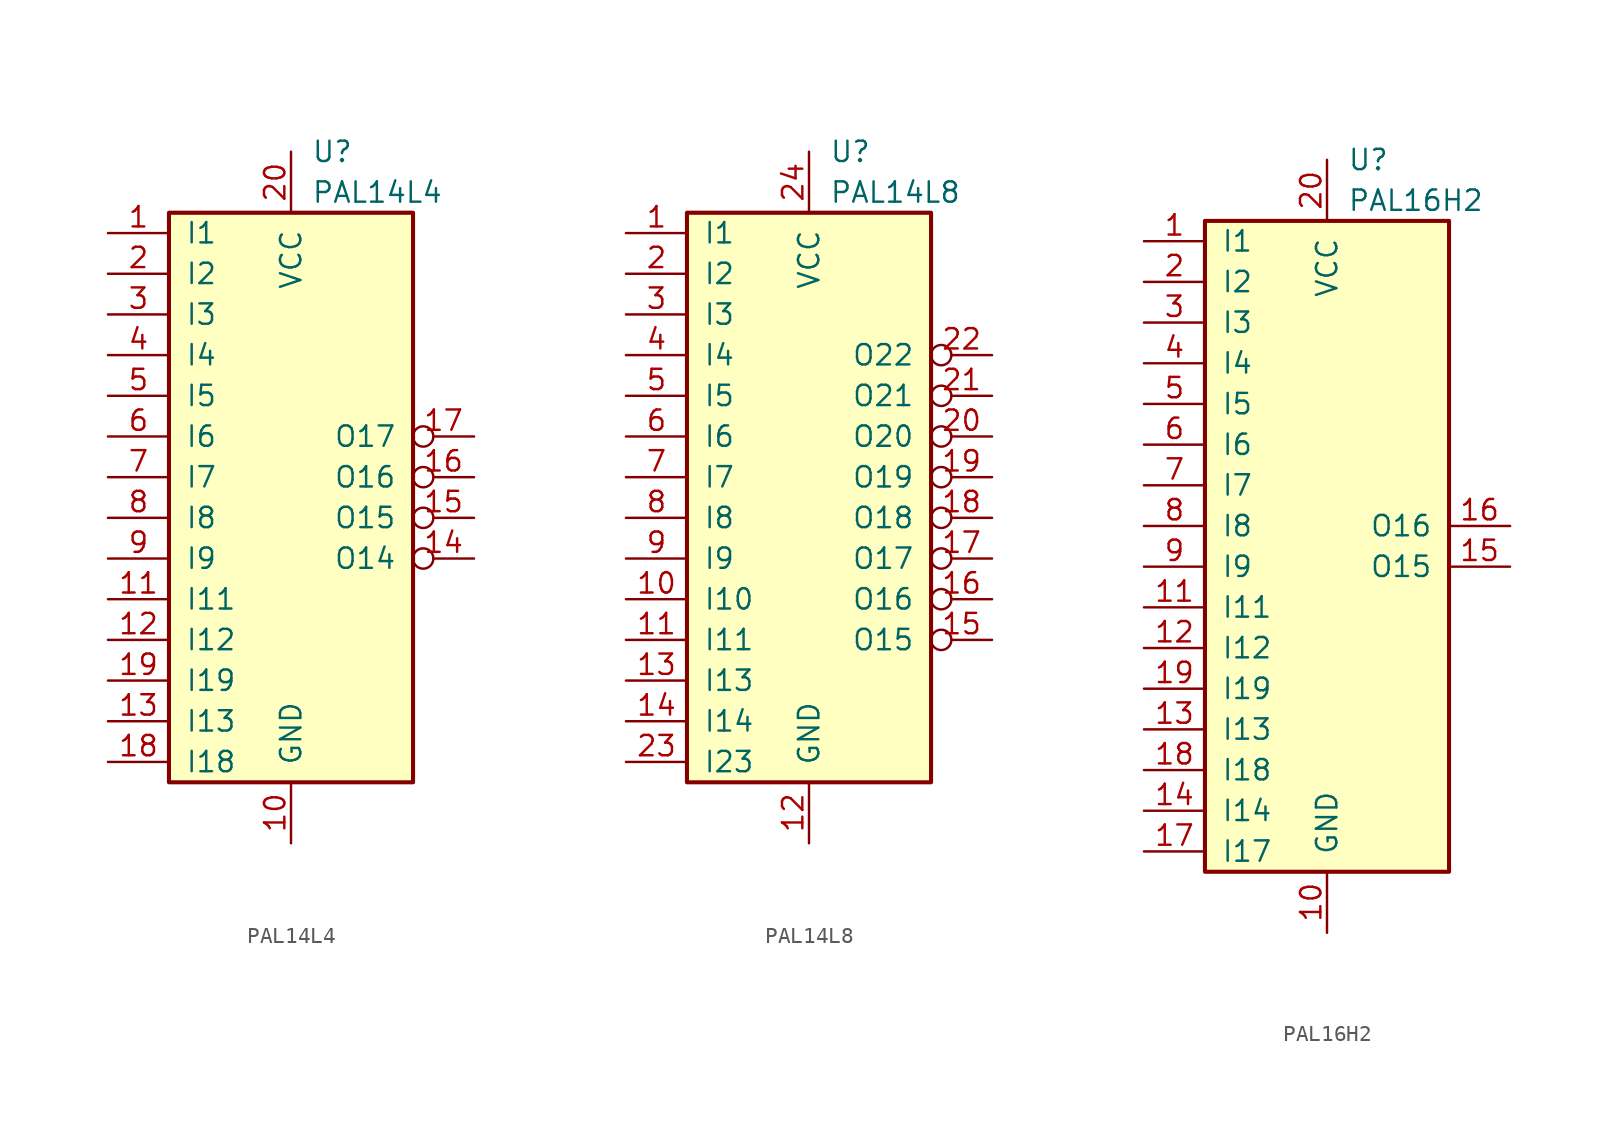
<source format=kicad_sym>
(kicad_symbol_lib
  (version 20220914)
  (generator kicad_symbol_editor)
  (symbol "PAL14L4"
    (pin_names
      (offset 1.016))
    (property "Reference" "U"
      (at 1.27 21.59 0)
      (do_not_autoplace)
      (effects (font (size 1.27 1.27)) (justify left)))
    (property "Value" "PAL14L4"
      (at 1.27 19.05 0)
      (do_not_autoplace)
      (effects (font (size 1.27 1.27)) (justify left)))
    (symbol "PAL14L4_0_0"
      (pin power_in line (at 0 -21.59 90) (length 3.81) (name "GND" (effects (font (size 1.27 1.27)))) (number "10" (effects (font (size 1.27 1.27)))))
      (pin power_in line (at 0 21.59 270) (length 3.81) (name "VCC" (effects (font (size 1.27 1.27)))) (number "20" (effects (font (size 1.27 1.27))))))
    (symbol "PAL14L4_0_1"
      (rectangle (start -7.62 17.78) (end 7.62 -17.78) (stroke (width 0.254) (type default)) (fill (type background))))
    (symbol "PAL14L4_1_1"
      (pin input line (at -11.43 16.51 0) (length 3.81) (name "I1" (effects (font (size 1.27 1.27)))) (number "1" (effects (font (size 1.27 1.27)))))
      (pin input line (at -11.43 -6.35 0) (length 3.81) (name "I11" (effects (font (size 1.27 1.27)))) (number "11" (effects (font (size 1.27 1.27)))))
      (pin input line (at -11.43 -8.89 0) (length 3.81) (name "I12" (effects (font (size 1.27 1.27)))) (number "12" (effects (font (size 1.27 1.27)))))
      (pin input line (at -11.43 -13.97 0) (length 3.81) (name "I13" (effects (font (size 1.27 1.27)))) (number "13" (effects (font (size 1.27 1.27)))))
      (pin output inverted (at 11.43 -3.81 180) (length 3.81) (name "O14" (effects (font (size 1.27 1.27)))) (number "14" (effects (font (size 1.27 1.27)))))
      (pin output inverted (at 11.43 -1.27 180) (length 3.81) (name "O15" (effects (font (size 1.27 1.27)))) (number "15" (effects (font (size 1.27 1.27)))))
      (pin output inverted (at 11.43 1.27 180) (length 3.81) (name "O16" (effects (font (size 1.27 1.27)))) (number "16" (effects (font (size 1.27 1.27)))))
      (pin output inverted (at 11.43 3.81 180) (length 3.81) (name "O17" (effects (font (size 1.27 1.27)))) (number "17" (effects (font (size 1.27 1.27)))))
      (pin input line (at -11.43 -16.51 0) (length 3.81) (name "I18" (effects (font (size 1.27 1.27)))) (number "18" (effects (font (size 1.27 1.27)))))
      (pin input line (at -11.43 -11.43 0) (length 3.81) (name "I19" (effects (font (size 1.27 1.27)))) (number "19" (effects (font (size 1.27 1.27)))))
      (pin input line (at -11.43 13.97 0) (length 3.81) (name "I2" (effects (font (size 1.27 1.27)))) (number "2" (effects (font (size 1.27 1.27)))))
      (pin input line (at -11.43 11.43 0) (length 3.81) (name "I3" (effects (font (size 1.27 1.27)))) (number "3" (effects (font (size 1.27 1.27)))))
      (pin input line (at -11.43 8.89 0) (length 3.81) (name "I4" (effects (font (size 1.27 1.27)))) (number "4" (effects (font (size 1.27 1.27)))))
      (pin input line (at -11.43 6.35 0) (length 3.81) (name "I5" (effects (font (size 1.27 1.27)))) (number "5" (effects (font (size 1.27 1.27)))))
      (pin input line (at -11.43 3.81 0) (length 3.81) (name "I6" (effects (font (size 1.27 1.27)))) (number "6" (effects (font (size 1.27 1.27)))))
      (pin input line (at -11.43 1.27 0) (length 3.81) (name "I7" (effects (font (size 1.27 1.27)))) (number "7" (effects (font (size 1.27 1.27)))))
      (pin input line (at -11.43 -1.27 0) (length 3.81) (name "I8" (effects (font (size 1.27 1.27)))) (number "8" (effects (font (size 1.27 1.27)))))
      (pin input line (at -11.43 -3.81 0) (length 3.81) (name "I9" (effects (font (size 1.27 1.27)))) (number "9" (effects (font (size 1.27 1.27)))))))
  (symbol "PAL14L8"
    (pin_names
      (offset 1.016))
    (property "Reference" "U"
      (at 1.27 21.59 0)
      (do_not_autoplace)
      (effects (font (size 1.27 1.27)) (justify left)))
    (property "Value" "PAL14L8"
      (at 1.27 19.05 0)
      (do_not_autoplace)
      (effects (font (size 1.27 1.27)) (justify left)))
    (symbol "PAL14L8_0_0"
      (pin power_in line (at 0 -21.59 90) (length 3.81) (name "GND" (effects (font (size 1.27 1.27)))) (number "12" (effects (font (size 1.27 1.27)))))
      (pin power_in line (at 0 21.59 270) (length 3.81) (name "VCC" (effects (font (size 1.27 1.27)))) (number "24" (effects (font (size 1.27 1.27))))))
    (symbol "PAL14L8_0_1"
      (rectangle (start -7.62 17.78) (end 7.62 -17.78) (stroke (width 0.254) (type default)) (fill (type background))))
    (symbol "PAL14L8_1_1"
      (pin input line (at -11.43 16.51 0) (length 3.81) (name "I1" (effects (font (size 1.27 1.27)))) (number "1" (effects (font (size 1.27 1.27)))))
      (pin input line (at -11.43 -6.35 0) (length 3.81) (name "I10" (effects (font (size 1.27 1.27)))) (number "10" (effects (font (size 1.27 1.27)))))
      (pin input line (at -11.43 -8.89 0) (length 3.81) (name "I11" (effects (font (size 1.27 1.27)))) (number "11" (effects (font (size 1.27 1.27)))))
      (pin input line (at -11.43 -11.43 0) (length 3.81) (name "I13" (effects (font (size 1.27 1.27)))) (number "13" (effects (font (size 1.27 1.27)))))
      (pin input line (at -11.43 -13.97 0) (length 3.81) (name "I14" (effects (font (size 1.27 1.27)))) (number "14" (effects (font (size 1.27 1.27)))))
      (pin output inverted (at 11.43 -8.89 180) (length 3.81) (name "O15" (effects (font (size 1.27 1.27)))) (number "15" (effects (font (size 1.27 1.27)))))
      (pin output inverted (at 11.43 -6.35 180) (length 3.81) (name "O16" (effects (font (size 1.27 1.27)))) (number "16" (effects (font (size 1.27 1.27)))))
      (pin output inverted (at 11.43 -3.81 180) (length 3.81) (name "O17" (effects (font (size 1.27 1.27)))) (number "17" (effects (font (size 1.27 1.27)))))
      (pin output inverted (at 11.43 -1.27 180) (length 3.81) (name "O18" (effects (font (size 1.27 1.27)))) (number "18" (effects (font (size 1.27 1.27)))))
      (pin output inverted (at 11.43 1.27 180) (length 3.81) (name "O19" (effects (font (size 1.27 1.27)))) (number "19" (effects (font (size 1.27 1.27)))))
      (pin input line (at -11.43 13.97 0) (length 3.81) (name "I2" (effects (font (size 1.27 1.27)))) (number "2" (effects (font (size 1.27 1.27)))))
      (pin output inverted (at 11.43 3.81 180) (length 3.81) (name "O20" (effects (font (size 1.27 1.27)))) (number "20" (effects (font (size 1.27 1.27)))))
      (pin output inverted (at 11.43 6.35 180) (length 3.81) (name "O21" (effects (font (size 1.27 1.27)))) (number "21" (effects (font (size 1.27 1.27)))))
      (pin output inverted (at 11.43 8.89 180) (length 3.81) (name "O22" (effects (font (size 1.27 1.27)))) (number "22" (effects (font (size 1.27 1.27)))))
      (pin input line (at -11.43 -16.51 0) (length 3.81) (name "I23" (effects (font (size 1.27 1.27)))) (number "23" (effects (font (size 1.27 1.27)))))
      (pin input line (at -11.43 11.43 0) (length 3.81) (name "I3" (effects (font (size 1.27 1.27)))) (number "3" (effects (font (size 1.27 1.27)))))
      (pin input line (at -11.43 8.89 0) (length 3.81) (name "I4" (effects (font (size 1.27 1.27)))) (number "4" (effects (font (size 1.27 1.27)))))
      (pin input line (at -11.43 6.35 0) (length 3.81) (name "I5" (effects (font (size 1.27 1.27)))) (number "5" (effects (font (size 1.27 1.27)))))
      (pin input line (at -11.43 3.81 0) (length 3.81) (name "I6" (effects (font (size 1.27 1.27)))) (number "6" (effects (font (size 1.27 1.27)))))
      (pin input line (at -11.43 1.27 0) (length 3.81) (name "I7" (effects (font (size 1.27 1.27)))) (number "7" (effects (font (size 1.27 1.27)))))
      (pin input line (at -11.43 -1.27 0) (length 3.81) (name "I8" (effects (font (size 1.27 1.27)))) (number "8" (effects (font (size 1.27 1.27)))))
      (pin input line (at -11.43 -3.81 0) (length 3.81) (name "I9" (effects (font (size 1.27 1.27)))) (number "9" (effects (font (size 1.27 1.27)))))))
  (symbol "PAL16H2"
    (pin_names
      (offset 1.016))
    (property "Reference" "U"
      (at 1.27 24.13 0)
      (do_not_autoplace)
      (effects (font (size 1.27 1.27)) (justify left)))
    (property "Value" "PAL16H2"
      (at 1.27 21.59 0)
      (do_not_autoplace)
      (effects (font (size 1.27 1.27)) (justify left)))
    (symbol "PAL16H2_0_0"
      (pin power_in line (at 0 -24.13 90) (length 3.81) (name "GND" (effects (font (size 1.27 1.27)))) (number "10" (effects (font (size 1.27 1.27)))))
      (pin power_in line (at 0 24.13 270) (length 3.81) (name "VCC" (effects (font (size 1.27 1.27)))) (number "20" (effects (font (size 1.27 1.27))))))
    (symbol "PAL16H2_0_1"
      (rectangle (start -7.62 20.32) (end 7.62 -20.32) (stroke (width 0.254) (type default)) (fill (type background))))
    (symbol "PAL16H2_1_1"
      (pin input line (at -11.43 19.05 0) (length 3.81) (name "I1" (effects (font (size 1.27 1.27)))) (number "1" (effects (font (size 1.27 1.27)))))
      (pin input line (at -11.43 -3.81 0) (length 3.81) (name "I11" (effects (font (size 1.27 1.27)))) (number "11" (effects (font (size 1.27 1.27)))))
      (pin input line (at -11.43 -6.35 0) (length 3.81) (name "I12" (effects (font (size 1.27 1.27)))) (number "12" (effects (font (size 1.27 1.27)))))
      (pin input line (at -11.43 -11.43 0) (length 3.81) (name "I13" (effects (font (size 1.27 1.27)))) (number "13" (effects (font (size 1.27 1.27)))))
      (pin input line (at -11.43 -16.51 0) (length 3.81) (name "I14" (effects (font (size 1.27 1.27)))) (number "14" (effects (font (size 1.27 1.27)))))
      (pin output line (at 11.43 -1.27 180) (length 3.81) (name "O15" (effects (font (size 1.27 1.27)))) (number "15" (effects (font (size 1.27 1.27)))))
      (pin output line (at 11.43 1.27 180) (length 3.81) (name "O16" (effects (font (size 1.27 1.27)))) (number "16" (effects (font (size 1.27 1.27)))))
      (pin input line (at -11.43 -19.05 0) (length 3.81) (name "I17" (effects (font (size 1.27 1.27)))) (number "17" (effects (font (size 1.27 1.27)))))
      (pin input line (at -11.43 -13.97 0) (length 3.81) (name "I18" (effects (font (size 1.27 1.27)))) (number "18" (effects (font (size 1.27 1.27)))))
      (pin input line (at -11.43 -8.89 0) (length 3.81) (name "I19" (effects (font (size 1.27 1.27)))) (number "19" (effects (font (size 1.27 1.27)))))
      (pin input line (at -11.43 16.51 0) (length 3.81) (name "I2" (effects (font (size 1.27 1.27)))) (number "2" (effects (font (size 1.27 1.27)))))
      (pin input line (at -11.43 13.97 0) (length 3.81) (name "I3" (effects (font (size 1.27 1.27)))) (number "3" (effects (font (size 1.27 1.27)))))
      (pin input line (at -11.43 11.43 0) (length 3.81) (name "I4" (effects (font (size 1.27 1.27)))) (number "4" (effects (font (size 1.27 1.27)))))
      (pin input line (at -11.43 8.89 0) (length 3.81) (name "I5" (effects (font (size 1.27 1.27)))) (number "5" (effects (font (size 1.27 1.27)))))
      (pin input line (at -11.43 6.35 0) (length 3.81) (name "I6" (effects (font (size 1.27 1.27)))) (number "6" (effects (font (size 1.27 1.27)))))
      (pin input line (at -11.43 3.81 0) (length 3.81) (name "I7" (effects (font (size 1.27 1.27)))) (number "7" (effects (font (size 1.27 1.27)))))
      (pin input line (at -11.43 1.27 0) (length 3.81) (name "I8" (effects (font (size 1.27 1.27)))) (number "8" (effects (font (size 1.27 1.27)))))
      (pin input line (at -11.43 -1.27 0) (length 3.81) (name "I9" (effects (font (size 1.27 1.27)))) (number "9" (effects (font (size 1.27 1.27))))))))
</source>
